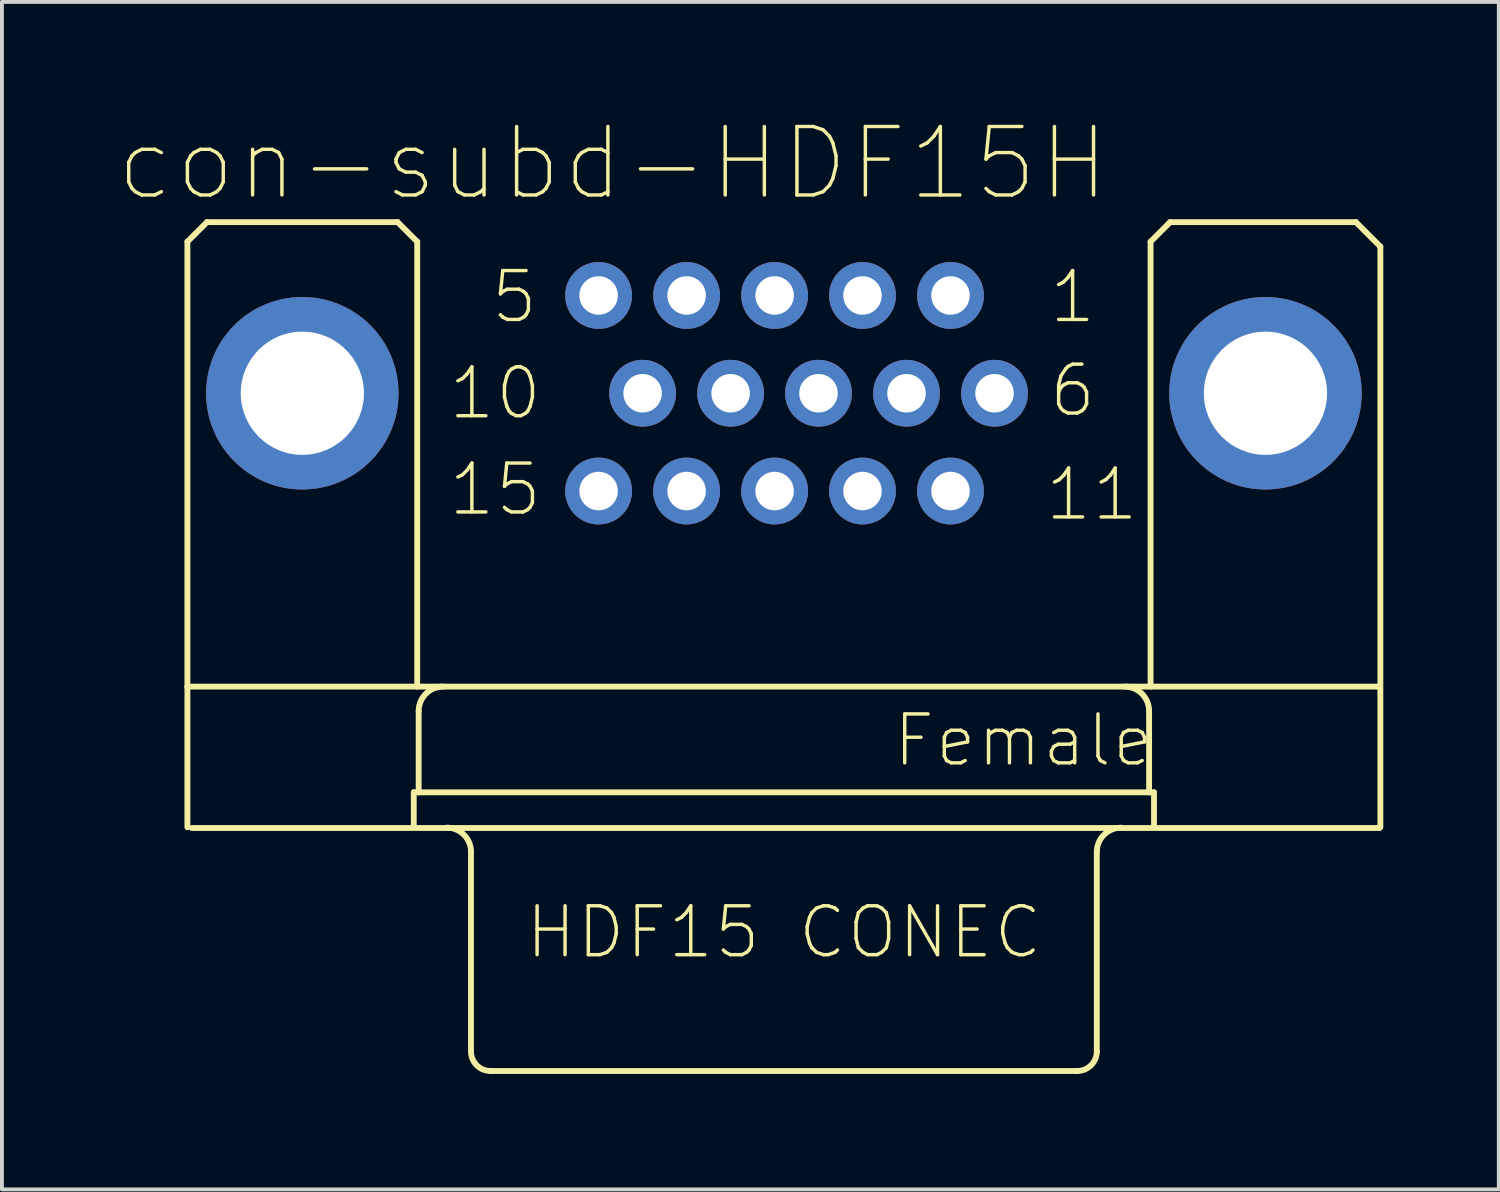
<source format=kicad_pcb>
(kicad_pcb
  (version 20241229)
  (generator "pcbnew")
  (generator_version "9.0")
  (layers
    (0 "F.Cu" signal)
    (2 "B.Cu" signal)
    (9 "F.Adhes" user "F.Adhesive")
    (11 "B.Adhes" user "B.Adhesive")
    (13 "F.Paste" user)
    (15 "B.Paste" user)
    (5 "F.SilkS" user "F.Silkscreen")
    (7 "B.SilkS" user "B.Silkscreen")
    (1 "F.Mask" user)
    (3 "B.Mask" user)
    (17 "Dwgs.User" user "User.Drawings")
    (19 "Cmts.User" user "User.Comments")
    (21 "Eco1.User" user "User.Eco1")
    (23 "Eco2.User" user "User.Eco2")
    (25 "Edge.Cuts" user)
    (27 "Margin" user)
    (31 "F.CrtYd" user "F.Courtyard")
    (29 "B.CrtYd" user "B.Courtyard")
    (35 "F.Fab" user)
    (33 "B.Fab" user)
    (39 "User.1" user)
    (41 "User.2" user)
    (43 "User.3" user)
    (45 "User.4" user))
  (footprint "con-subd-HDF15H"
    (layer "F.Cu")
    (at 17.312 7.165)
    (property "Reference" "con-subd-HDF15H" (at -4.445 -5.969 0) (layer "F.SilkS") (effects (font (size 1.778 1.778) (thickness 0.089))))
    (attr exclude_from_pos_files exclude_from_bom)
    (fp_line (start -15.494 -3.937) (end -15.494 7.62) (stroke (width 0.152) (type solid)) (layer "F.SilkS"))
    (fp_line (start -15.494 11.275) (end -15.494 7.62) (stroke (width 0.152) (type solid)) (layer "F.SilkS"))
    (fp_line (start -14.986 -4.445) (end -15.494 -3.937) (stroke (width 0.152) (type solid)) (layer "F.SilkS"))
    (fp_line (start -10.033 -4.445) (end -14.986 -4.445) (stroke (width 0.152) (type solid)) (layer "F.SilkS"))
    (fp_line (start -9.614 10.366) (end -9.614 11.275) (stroke (width 0.152) (type solid)) (layer "F.SilkS"))
    (fp_line (start -9.525 -3.937) (end -10.033 -4.445) (stroke (width 0.152) (type solid)) (layer "F.SilkS"))
    (fp_line (start -9.525 -3.937) (end -9.525 7.62) (stroke (width 0.152) (type solid)) (layer "F.SilkS"))
    (fp_line (start -9.487 8.255) (end -9.487 10.366) (stroke (width 0.152) (type solid)) (layer "F.SilkS"))
    (fp_line (start -9.487 10.366) (end -9.614 10.366) (stroke (width 0.152) (type solid)) (layer "F.SilkS"))
    (fp_line (start -8.128 11.918) (end -8.128 17.097) (stroke (width 0.152) (type solid)) (layer "F.SilkS"))
    (fp_line (start -5.014 7.6) (end -4.613 7.6) (stroke (width 0.066) (type solid)) (layer "F.SilkS"))
    (fp_line (start -3.871 7.6) (end -3.47 7.6) (stroke (width 0.066) (type solid)) (layer "F.SilkS"))
    (fp_line (start -2.728 7.6) (end -2.327 7.6) (stroke (width 0.066) (type solid)) (layer "F.SilkS"))
    (fp_line (start -1.585 7.6) (end -1.184 7.6) (stroke (width 0.066) (type solid)) (layer "F.SilkS"))
    (fp_line (start -0.442 7.6) (end -0.041 7.6) (stroke (width 0.066) (type solid)) (layer "F.SilkS"))
    (fp_line (start 0.699 7.6) (end 1.1 7.6) (stroke (width 0.066) (type solid)) (layer "F.SilkS"))
    (fp_line (start 1.841 7.6) (end 2.243 7.6) (stroke (width 0.066) (type solid)) (layer "F.SilkS"))
    (fp_line (start 2.985 7.6) (end 3.386 7.6) (stroke (width 0.066) (type solid)) (layer "F.SilkS"))
    (fp_line (start 4.128 7.6) (end 4.529 7.6) (stroke (width 0.066) (type solid)) (layer "F.SilkS"))
    (fp_line (start 5.271 7.6) (end 5.672 7.6) (stroke (width 0.066) (type solid)) (layer "F.SilkS"))
    (fp_line (start 7.62 17.605) (end -7.62 17.605) (stroke (width 0.152) (type solid)) (layer "F.SilkS"))
    (fp_line (start 8.128 11.918) (end 8.128 17.097) (stroke (width 0.152) (type solid)) (layer "F.SilkS"))
    (fp_line (start 9.487 8.255) (end 9.487 10.366) (stroke (width 0.152) (type solid)) (layer "F.SilkS"))
    (fp_line (start 9.487 10.366) (end -9.487 10.366) (stroke (width 0.152) (type solid)) (layer "F.SilkS"))
    (fp_line (start 9.525 -3.937) (end 9.525 7.62) (stroke (width 0.152) (type solid)) (layer "F.SilkS"))
    (fp_line (start 9.614 10.366) (end 9.487 10.366) (stroke (width 0.152) (type solid)) (layer "F.SilkS"))
    (fp_line (start 9.614 10.366) (end 9.614 11.275) (stroke (width 0.152) (type solid)) (layer "F.SilkS"))
    (fp_line (start 10.033 -4.445) (end 9.525 -3.937) (stroke (width 0.152) (type solid)) (layer "F.SilkS"))
    (fp_line (start 10.033 -4.445) (end 14.859 -4.445) (stroke (width 0.152) (type solid)) (layer "F.SilkS"))
    (fp_line (start 14.859 -4.445) (end 15.494 -3.81) (stroke (width 0.152) (type solid)) (layer "F.SilkS"))
    (fp_line (start 15.474 7.62) (end -15.494 7.62) (stroke (width 0.152) (type solid)) (layer "F.SilkS"))
    (fp_line (start 15.474 11.293) (end -15.38 11.293) (stroke (width 0.152) (type solid)) (layer "F.SilkS"))
    (fp_line (start 15.494 -3.81) (end 15.494 11.275) (stroke (width 0.152) (type solid)) (layer "F.SilkS"))
    (fp_arc (start -9.4869 8.255) (mid -9.300913 7.805987) (end -8.8519 7.62) (stroke (width 0.1524) (type solid)) (layer "F.SilkS"))
    (fp_arc (start -8.76046 11.28268) (mid -8.311447 11.468667) (end -8.12546 11.91768) (stroke (width 0.1524) (type solid)) (layer "F.SilkS"))
    (fp_arc (start -7.62 17.60474) (mid -7.97921 17.45595) (end -8.128 17.09674) (stroke (width 0.1524) (type solid)) (layer "F.SilkS"))
    (fp_arc (start 8.128 11.91768) (mid 8.313243 11.470463) (end 8.76046 11.28522) (stroke (width 0.1524) (type solid)) (layer "F.SilkS"))
    (fp_arc (start 8.128 17.09674) (mid 7.97921 17.45595) (end 7.62 17.60474) (stroke (width 0.1524) (type solid)) (layer "F.SilkS"))
    (fp_arc (start 8.8519 7.62) (mid 9.300913 7.805987) (end 9.4869 8.255) (stroke (width 0.1524) (type solid)) (layer "F.SilkS"))
    (fp_text user "10" (at -7.5 0 0) (layer "F.SilkS") (effects (font (size 1.27 1.27) (thickness 0.089))))
    (fp_text user "15" (at -7.5 2.5 0) (layer "F.SilkS") (effects (font (size 1.27 1.27) (thickness 0.089))))
    (fp_text user "6" (at 7.5 -0.069 0) (layer "F.SilkS") (effects (font (size 1.27 1.27) (thickness 0.089))))
    (fp_text user "5" (at -7 -2.5 0) (layer "F.SilkS") (effects (font (size 1.27 1.27) (thickness 0.089))))
    (fp_text user "11" (at 8 2.629 0) (layer "F.SilkS") (effects (font (size 1.27 1.27) (thickness 0.089))))
    (fp_text user "1" (at 7.5 -2.5 0) (layer "F.SilkS") (effects (font (size 1.27 1.27) (thickness 0.089))))
    (fp_text user "Female" (at 6.223 9.017 0) (layer "F.SilkS") (effects (font (size 1.27 1.27) (thickness 0.089))))
    (fp_text user "HDF15 CONEC" (at 0 14 0) (layer "F.SilkS") (effects (font (size 1.27 1.27) (thickness 0.089))))
    (pad "0" thru_hole circle (at -12.509 0) (size 5 5) (drill 3.2) (layers "*.Cu" "*.Mask"))
    (pad "0" thru_hole circle (at 12.509 0) (size 5 5) (drill 3.2) (layers "*.Cu" "*.Mask"))
    (pad "1" thru_hole circle (at 4.328 -2.54) (size 1.737 1.737) (drill 1) (layers "*.Cu" "*.Mask" "F.Paste"))
    (pad "2" thru_hole circle (at 2.042 -2.54) (size 1.737 1.737) (drill 1) (layers "*.Cu" "*.Mask" "F.Paste"))
    (pad "3" thru_hole circle (at -0.241 -2.54) (size 1.737 1.737) (drill 1) (layers "*.Cu" "*.Mask" "F.Paste"))
    (pad "4" thru_hole circle (at -2.527 -2.54) (size 1.737 1.737) (drill 1) (layers "*.Cu" "*.Mask" "F.Paste"))
    (pad "5" thru_hole circle (at -4.813 -2.54) (size 1.737 1.737) (drill 1) (layers "*.Cu" "*.Mask" "F.Paste"))
    (pad "6" thru_hole circle (at 5.471 0) (size 1.737 1.737) (drill 1) (layers "*.Cu" "*.Mask" "F.Paste"))
    (pad "7" thru_hole circle (at 3.185 0) (size 1.737 1.737) (drill 1) (layers "*.Cu" "*.Mask" "F.Paste"))
    (pad "8" thru_hole circle (at 0.899 0) (size 1.737 1.737) (drill 1) (layers "*.Cu" "*.Mask" "F.Paste"))
    (pad "9" thru_hole circle (at -1.384 0) (size 1.737 1.737) (drill 1) (layers "*.Cu" "*.Mask" "F.Paste"))
    (pad "10" thru_hole circle (at -3.67 0) (size 1.737 1.737) (drill 1) (layers "*.Cu" "*.Mask" "F.Paste"))
    (pad "11" thru_hole circle (at 4.328 2.54) (size 1.737 1.737) (drill 1) (layers "*.Cu" "*.Mask" "F.Paste"))
    (pad "12" thru_hole circle (at 2.042 2.54) (size 1.737 1.737) (drill 1) (layers "*.Cu" "*.Mask" "F.Paste"))
    (pad "13" thru_hole circle (at -0.241 2.54) (size 1.737 1.737) (drill 1) (layers "*.Cu" "*.Mask" "F.Paste"))
    (pad "14" thru_hole circle (at -2.527 2.54) (size 1.737 1.737) (drill 1) (layers "*.Cu" "*.Mask" "F.Paste"))
    (pad "15" thru_hole circle (at -4.813 2.54) (size 1.737 1.737) (drill 1) (layers "*.Cu" "*.Mask" "F.Paste")))
  (gr_rect
    (start -3 -3)
    (end 35.882 27.846)
    (stroke (width 0.1) (type default))
    (fill no)
    (layer "Edge.Cuts")))
</source>
